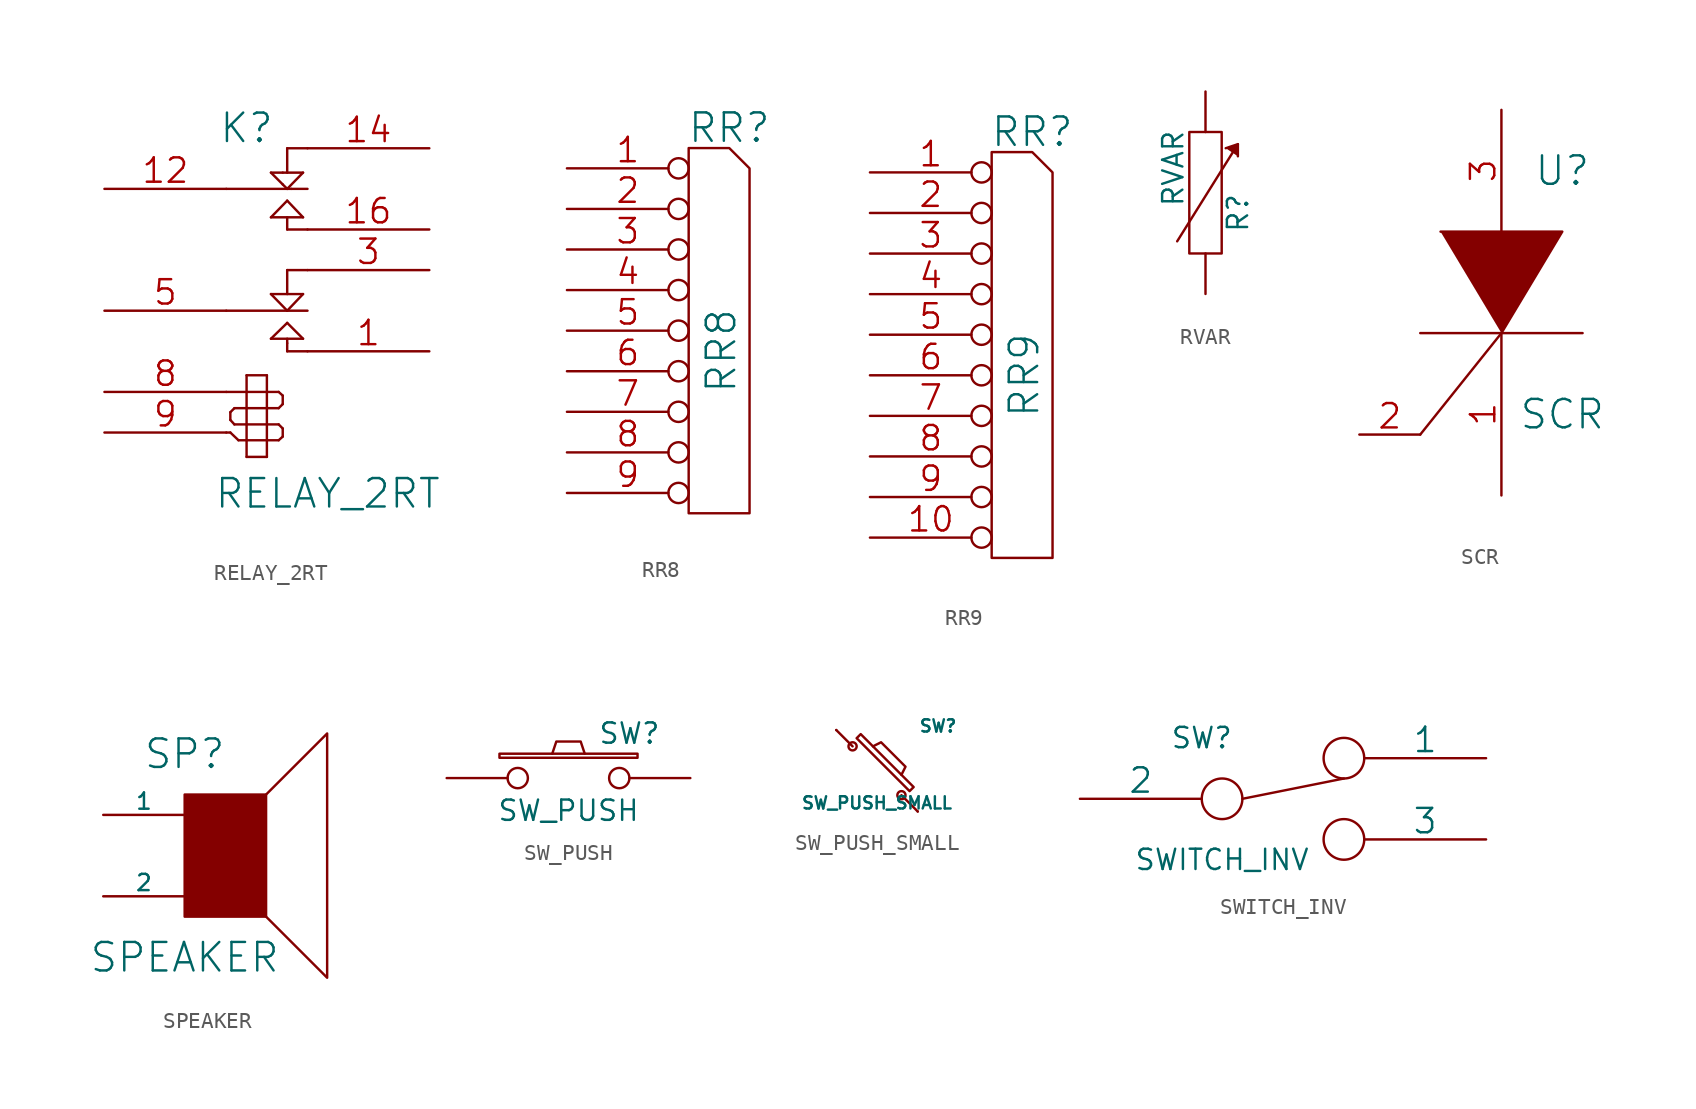
<source format=kicad_sym>
(kicad_symbol_lib
  (version 20220914)
  (generator kicad_symbol_editor)
  (symbol "RELAY_2RT"
    (pin_names
      (offset 1.016) hide)
    (property "Reference" "K"
      (at -1.27 10.16 0)
      (effects (font (size 1.778 1.778))))
    (property "Value" "RELAY_2RT"
      (at 3.81 -12.7 0)
      (effects (font (size 1.778 1.778))))
    (symbol "RELAY_2RT_0_1"
      (polyline (pts (xy -2.54 -8.89) (xy -2.286 -8.89)) (stroke (width 0) (type solid)) (fill (type none)))
      (polyline (pts (xy -2.54 -6.35) (xy -1.27 -6.35)) (stroke (width 0) (type solid)) (fill (type none)))
      (polyline (pts (xy -2.54 -1.27) (xy 1.27 -1.27)) (stroke (width 0) (type solid)) (fill (type none)))
      (polyline (pts (xy -2.286 -8.89) (xy -1.778 -9.373)) (stroke (width 0) (type solid)) (fill (type none)))
      (polyline (pts (xy -2.286 -8.103) (xy -2.286 -7.62)) (stroke (width 0) (type solid)) (fill (type none)))
      (polyline (pts (xy -2.032 -8.382) (xy -2.286 -8.103)) (stroke (width 0) (type solid)) (fill (type none)))
      (polyline (pts (xy -2.032 -7.366) (xy -2.286 -7.62)) (stroke (width 0) (type solid)) (fill (type none)))
      (polyline (pts (xy -1.778 -9.373) (xy -1.27 -9.373)) (stroke (width 0) (type solid)) (fill (type none)))
      (polyline (pts (xy -1.27 -10.414) (xy -1.27 -5.309)) (stroke (width 0) (type solid)) (fill (type none)))
      (polyline (pts (xy -1.27 -8.382) (xy -2.032 -8.382)) (stroke (width 0) (type solid)) (fill (type none)))
      (polyline (pts (xy -1.27 -8.382) (xy 0 -8.382)) (stroke (width 0) (type solid)) (fill (type none)))
      (polyline (pts (xy -1.27 -7.366) (xy -2.032 -7.366)) (stroke (width 0) (type solid)) (fill (type none)))
      (polyline (pts (xy -1.27 -6.35) (xy 0 -6.35)) (stroke (width 0) (type solid)) (fill (type none)))
      (polyline (pts (xy -1.27 -5.309) (xy 0 -5.309)) (stroke (width 0) (type solid)) (fill (type none)))
      (polyline (pts (xy 0 -10.414) (xy -1.27 -10.414)) (stroke (width 0) (type solid)) (fill (type none)))
      (polyline (pts (xy 0 -9.373) (xy -1.27 -9.373)) (stroke (width 0) (type solid)) (fill (type none)))
      (polyline (pts (xy 0 -9.373) (xy 0.737 -9.373)) (stroke (width 0) (type solid)) (fill (type none)))
      (polyline (pts (xy 0 -8.382) (xy 0.737 -8.382)) (stroke (width 0) (type solid)) (fill (type none)))
      (polyline (pts (xy 0 -7.366) (xy -1.27 -7.366)) (stroke (width 0) (type solid)) (fill (type none)))
      (polyline (pts (xy 0 -7.366) (xy 0.737 -7.366)) (stroke (width 0) (type solid)) (fill (type none)))
      (polyline (pts (xy 0 -6.35) (xy 0.737 -6.35)) (stroke (width 0) (type solid)) (fill (type none)))
      (polyline (pts (xy 0 -5.309) (xy 0 -10.414)) (stroke (width 0) (type solid)) (fill (type none)))
      (polyline (pts (xy 0.254 -3.023) (xy 2.261 -3.023)) (stroke (width 0) (type solid)) (fill (type none)))
      (polyline (pts (xy 0.254 -0.229) (xy 2.261 -0.229)) (stroke (width 0) (type solid)) (fill (type none)))
      (polyline (pts (xy 0.254 4.572) (xy 1.27 5.613)) (stroke (width 0) (type solid)) (fill (type none)))
      (polyline (pts (xy 0.254 7.366) (xy 0.991 7.366)) (stroke (width 0) (type solid)) (fill (type none)))
      (polyline (pts (xy 0.737 -9.373) (xy 0.991 -9.144)) (stroke (width 0) (type solid)) (fill (type none)))
      (polyline (pts (xy 0.737 -8.382) (xy 0.991 -8.636)) (stroke (width 0) (type solid)) (fill (type none)))
      (polyline (pts (xy 0.737 -7.366) (xy 0.991 -7.112)) (stroke (width 0) (type solid)) (fill (type none)))
      (polyline (pts (xy 0.737 -6.35) (xy 0.991 -6.579)) (stroke (width 0) (type solid)) (fill (type none)))
      (polyline (pts (xy 0.991 -9.144) (xy 0.991 -8.636)) (stroke (width 0) (type solid)) (fill (type none)))
      (polyline (pts (xy 0.991 -6.579) (xy 0.991 -7.112)) (stroke (width 0) (type solid)) (fill (type none)))
      (polyline (pts (xy 0.991 6.629) (xy 0.254 7.366)) (stroke (width 0) (type solid)) (fill (type none)))
      (polyline (pts (xy 0.991 6.629) (xy 1.27 6.35)) (stroke (width 0) (type solid)) (fill (type none)))
      (polyline (pts (xy 0.991 7.366) (xy 2.261 7.366)) (stroke (width 0) (type solid)) (fill (type none)))
      (polyline (pts (xy 1.27 -3.81) (xy 1.27 -3.302)) (stroke (width 0) (type solid)) (fill (type none)))
      (polyline (pts (xy 1.27 -3.302) (xy 1.27 -3.023)) (stroke (width 0) (type solid)) (fill (type none)))
      (polyline (pts (xy 1.27 -2.032) (xy 0.254 -3.023)) (stroke (width 0) (type solid)) (fill (type none)))
      (polyline (pts (xy 1.27 -1.27) (xy 0.254 -0.229)) (stroke (width 0) (type solid)) (fill (type none)))
      (polyline (pts (xy 1.27 -1.27) (xy 2.54 -1.27)) (stroke (width 0) (type solid)) (fill (type none)))
      (polyline (pts (xy 1.27 1.27) (xy 1.27 -0.229)) (stroke (width 0) (type solid)) (fill (type none)))
      (polyline (pts (xy 1.27 1.27) (xy 2.54 1.27)) (stroke (width 0) (type solid)) (fill (type none)))
      (polyline (pts (xy 1.27 3.81) (xy 1.27 4.572)) (stroke (width 0) (type solid)) (fill (type none)))
      (polyline (pts (xy 1.27 3.81) (xy 2.54 3.81)) (stroke (width 0) (type solid)) (fill (type none)))
      (polyline (pts (xy 1.27 5.613) (xy 2.261 4.572)) (stroke (width 0) (type solid)) (fill (type none)))
      (polyline (pts (xy 1.27 6.35) (xy -2.54 6.35)) (stroke (width 0) (type solid)) (fill (type none)))
      (polyline (pts (xy 1.27 6.35) (xy 1.524 6.35)) (stroke (width 0) (type solid)) (fill (type none)))
      (polyline (pts (xy 1.27 8.89) (xy 1.27 7.366)) (stroke (width 0) (type solid)) (fill (type none)))
      (polyline (pts (xy 1.27 8.89) (xy 2.54 8.89)) (stroke (width 0) (type solid)) (fill (type none)))
      (polyline (pts (xy 1.524 6.35) (xy 2.54 6.35)) (stroke (width 0) (type solid)) (fill (type none)))
      (polyline (pts (xy 2.261 -3.023) (xy 1.27 -2.032)) (stroke (width 0) (type solid)) (fill (type none)))
      (polyline (pts (xy 2.261 -0.229) (xy 1.27 -1.27)) (stroke (width 0) (type solid)) (fill (type none)))
      (polyline (pts (xy 2.261 4.572) (xy 0.254 4.572)) (stroke (width 0) (type solid)) (fill (type none)))
      (polyline (pts (xy 2.261 7.366) (xy 1.27 6.35)) (stroke (width 0) (type solid)) (fill (type none)))
      (polyline (pts (xy 2.54 -3.81) (xy 1.27 -3.81)) (stroke (width 0) (type solid)) (fill (type none))))
    (symbol "RELAY_2RT_1_1"
      (pin passive line (at 10.16 -3.81 180) (length 7.62) (name "T1" (effects (font (size 1.524 1.524)))) (number "1" (effects (font (size 1.524 1.524)))))
      (pin passive line (at -10.16 6.35 0) (length 7.62) (name "C2" (effects (font (size 1.524 1.524)))) (number "12" (effects (font (size 1.524 1.524)))))
      (pin passive line (at 10.16 8.89 180) (length 7.62) (name "R2" (effects (font (size 1.524 1.524)))) (number "14" (effects (font (size 1.524 1.524)))))
      (pin passive line (at 10.16 3.81 180) (length 7.62) (name "T2" (effects (font (size 1.524 1.524)))) (number "16" (effects (font (size 1.524 1.524)))))
      (pin passive line (at 10.16 1.27 180) (length 7.62) (name "R1" (effects (font (size 1.524 1.524)))) (number "3" (effects (font (size 1.524 1.524)))))
      (pin passive line (at -10.16 -1.27 0) (length 7.62) (name "C1" (effects (font (size 1.524 1.524)))) (number "5" (effects (font (size 1.524 1.524)))))
      (pin input line (at -10.16 -6.35 0) (length 7.62) (name "8" (effects (font (size 1.524 1.524)))) (number "8" (effects (font (size 1.524 1.524)))))
      (pin input line (at -10.16 -8.89 0) (length 7.62) (name "9" (effects (font (size 1.524 1.524)))) (number "9" (effects (font (size 1.524 1.524)))))))
  (symbol "RR8"
    (pin_names
      (offset 1.016) hide)
    (property "Reference" "RR"
      (at 1.27 13.97 0)
      (effects (font (size 1.778 1.778))))
    (property "Value" "RR8"
      (at 0.762 0 90)
      (effects (font (size 1.778 1.778))))
    (symbol "RR8_0_1"
      (polyline (pts (xy -1.27 -10.16) (xy -1.27 12.7) (xy 1.27 12.7) (xy 2.54 11.43) (xy 2.54 -10.16) (xy -1.27 -10.16)) (stroke (width 0) (type solid)) (fill (type none))))
    (symbol "RR8_1_1"
      (pin passive inverted (at -8.89 11.43 0) (length 7.62) (name "COM" (effects (font (size 1.524 1.524)))) (number "1" (effects (font (size 1.524 1.524)))))
      (pin passive inverted (at -8.89 8.89 0) (length 7.62) (name "2" (effects (font (size 1.524 1.524)))) (number "2" (effects (font (size 1.524 1.524)))))
      (pin passive inverted (at -8.89 6.35 0) (length 7.62) (name "3" (effects (font (size 1.524 1.524)))) (number "3" (effects (font (size 1.524 1.524)))))
      (pin passive inverted (at -8.89 3.81 0) (length 7.62) (name "4" (effects (font (size 1.524 1.524)))) (number "4" (effects (font (size 1.524 1.524)))))
      (pin passive inverted (at -8.89 1.27 0) (length 7.62) (name "5" (effects (font (size 1.524 1.524)))) (number "5" (effects (font (size 1.524 1.524)))))
      (pin passive inverted (at -8.89 -1.27 0) (length 7.62) (name "6" (effects (font (size 1.524 1.524)))) (number "6" (effects (font (size 1.524 1.524)))))
      (pin passive inverted (at -8.89 -3.81 0) (length 7.62) (name "7" (effects (font (size 1.524 1.524)))) (number "7" (effects (font (size 1.524 1.524)))))
      (pin passive inverted (at -8.89 -6.35 0) (length 7.62) (name "8" (effects (font (size 1.524 1.524)))) (number "8" (effects (font (size 1.524 1.524)))))
      (pin passive inverted (at -8.89 -8.89 0) (length 7.62) (name "9" (effects (font (size 1.524 1.524)))) (number "9" (effects (font (size 1.524 1.524)))))))
  (symbol "RR9"
    (pin_names
      (offset 1.016) hide)
    (property "Reference" "RR"
      (at 1.27 15.24 0)
      (effects (font (size 1.778 1.778))))
    (property "Value" "RR9"
      (at 0.762 0 90)
      (effects (font (size 1.778 1.778))))
    (symbol "RR9_0_1"
      (polyline (pts (xy -1.27 -11.43) (xy -1.27 13.97) (xy 1.27 13.97) (xy 2.54 12.7) (xy 2.54 -11.43) (xy -1.27 -11.43)) (stroke (width 0) (type solid)) (fill (type none))))
    (symbol "RR9_1_1"
      (pin passive inverted (at -8.89 12.7 0) (length 7.62) (name "COM" (effects (font (size 1.524 1.524)))) (number "1" (effects (font (size 1.524 1.524)))))
      (pin passive inverted (at -8.89 -10.16 0) (length 7.62) (name "10" (effects (font (size 1.524 1.524)))) (number "10" (effects (font (size 1.524 1.524)))))
      (pin passive inverted (at -8.89 10.16 0) (length 7.62) (name "2" (effects (font (size 1.524 1.524)))) (number "2" (effects (font (size 1.524 1.524)))))
      (pin passive inverted (at -8.89 7.62 0) (length 7.62) (name "3" (effects (font (size 1.524 1.524)))) (number "3" (effects (font (size 1.524 1.524)))))
      (pin passive inverted (at -8.89 5.08 0) (length 7.62) (name "4" (effects (font (size 1.524 1.524)))) (number "4" (effects (font (size 1.524 1.524)))))
      (pin passive inverted (at -8.89 2.54 0) (length 7.62) (name "5" (effects (font (size 1.524 1.524)))) (number "5" (effects (font (size 1.524 1.524)))))
      (pin passive inverted (at -8.89 0 0) (length 7.62) (name "6" (effects (font (size 1.524 1.524)))) (number "6" (effects (font (size 1.524 1.524)))))
      (pin passive inverted (at -8.89 -2.54 0) (length 7.62) (name "7" (effects (font (size 1.524 1.524)))) (number "7" (effects (font (size 1.524 1.524)))))
      (pin passive inverted (at -8.89 -5.08 0) (length 7.62) (name "8" (effects (font (size 1.524 1.524)))) (number "8" (effects (font (size 1.524 1.524)))))
      (pin passive inverted (at -8.89 -7.62 0) (length 7.62) (name "9" (effects (font (size 1.524 1.524)))) (number "9" (effects (font (size 1.524 1.524)))))))
  (symbol "RVAR"
    (pin_numbers hide)
    (pin_names
      (offset 0))
    (property "Reference" "R"
      (at 2.032 -1.27 90)
      (effects (font (size 1.27 1.27))))
    (property "Value" "RVAR"
      (at -2.032 1.524 90)
      (effects (font (size 1.27 1.27))))
    (symbol "RVAR_0_1"
      (rectangle (start -1.016 3.81) (end 1.016 -3.81) (stroke (width 0) (type solid)) (fill (type none)))
      (polyline (pts (xy -1.778 -3.048) (xy 2.032 3.048)) (stroke (width 0) (type solid)) (fill (type none)))
      (polyline (pts (xy 2.032 2.286) (xy 2.032 3.048) (xy 1.27 2.794)) (stroke (width 0) (type solid)) (fill (type outline))))
    (symbol "RVAR_1_1"
      (pin passive line (at 0 6.35 270) (length 2.54) (name "~" (effects (font (size 1.524 1.524)))) (number "1" (effects (font (size 1.524 1.524)))))
      (pin passive line (at 0 -6.35 90) (length 2.54) (name "~" (effects (font (size 1.524 1.524)))) (number "2" (effects (font (size 1.524 1.524)))))))
  (symbol "SCR"
    (pin_names
      (offset 0.254) hide)
    (property "Reference" "U"
      (at 3.81 6.35 0)
      (effects (font (size 1.778 1.778))))
    (property "Value" "SCR"
      (at 3.81 -8.89 0)
      (effects (font (size 1.778 1.778))))
    (symbol "SCR_0_0"
      (polyline (pts (xy -5.08 -3.81) (xy 5.08 -3.81)) (stroke (width 0) (type solid)) (fill (type none))))
    (symbol "SCR_0_1"
      (polyline (pts (xy 0 -3.81) (xy -5.08 -10.16)) (stroke (width 0) (type solid)) (fill (type none)))
      (polyline (pts (xy -3.81 2.54) (xy 3.81 2.54) (xy 0 -3.81)) (stroke (width 0) (type solid)) (fill (type outline))))
    (symbol "SCR_1_1"
      (pin input line (at 0 -13.97 90) (length 10.16) (name "K" (effects (font (size 1.778 1.778)))) (number "1" (effects (font (size 1.524 1.524)))))
      (pin input line (at -8.89 -10.16 0) (length 3.81) (name "G" (effects (font (size 1.524 1.524)))) (number "2" (effects (font (size 1.524 1.524)))))
      (pin input line (at 0 10.16 270) (length 7.62) (name "A" (effects (font (size 1.524 1.524)))) (number "3" (effects (font (size 1.524 1.524)))))))
  (symbol "SPEAKER"
    (pin_numbers hide)
    (pin_names
      (offset 0))
    (property "Reference" "SP"
      (at -2.54 6.35 0)
      (effects (font (size 1.778 1.778))))
    (property "Value" "SPEAKER"
      (at -2.54 -6.35 0)
      (effects (font (size 1.778 1.778))))
    (symbol "SPEAKER_0_0"
      (polyline (pts (xy 2.54 3.81) (xy 6.35 7.62) (xy 6.35 -7.62) (xy 2.54 -3.81)) (stroke (width 0) (type solid)) (fill (type none)))
      (polyline (pts (xy -2.54 3.81) (xy 2.54 3.81) (xy 2.54 -3.81) (xy -2.54 -3.81) (xy -2.54 3.81)) (stroke (width 0) (type solid)) (fill (type outline))))
    (symbol "SPEAKER_1_1"
      (pin input line (at -7.62 2.54 0) (length 5.08) (name "1" (effects (font (size 1.016 1.016)))) (number "1" (effects (font (size 1.016 1.016)))))
      (pin input line (at -7.62 -2.54 0) (length 5.08) (name "2" (effects (font (size 1.016 1.016)))) (number "2" (effects (font (size 1.016 1.016)))))))
  (symbol "SW_PUSH"
    (pin_numbers hide)
    (pin_names
      (offset 1.016) hide)
    (property "Reference" "SW"
      (at 3.81 2.794 0)
      (effects (font (size 1.27 1.27))))
    (property "Value" "SW_PUSH"
      (at 0 -2.032 0)
      (effects (font (size 1.27 1.27))))
    (symbol "SW_PUSH_0_1"
      (rectangle (start -4.318 1.27) (end 4.318 1.524) (stroke (width 0) (type solid)) (fill (type none)))
      (polyline (pts (xy -1.016 1.524) (xy -0.762 2.286) (xy 0.762 2.286) (xy 1.016 1.524)) (stroke (width 0) (type solid)) (fill (type none)))
      (pin passive inverted (at -7.62 0 0) (length 5.08) (name "1" (effects (font (size 1.524 1.524)))) (number "1" (effects (font (size 1.524 1.524)))))
      (pin passive inverted (at 7.62 0 180) (length 5.08) (name "2" (effects (font (size 1.524 1.524)))) (number "2" (effects (font (size 1.524 1.524)))))))
  (symbol "SW_PUSH_SMALL"
    (pin_numbers hide)
    (pin_names
      (offset 1.016) hide)
    (property "Reference" "SW"
      (at 3.81 2.794 0)
      (effects (font (size 0.762 0.762))))
    (property "Value" "SW_PUSH_SMALL"
      (at 0 -2.007 0)
      (effects (font (size 0.762 0.762))))
    (symbol "SW_PUSH_SMALL_0_1"
      (circle (center -1.524 1.524) (radius 0.254) (stroke (width 0) (type solid)) (fill (type none)))
      (polyline (pts (xy -2.54 2.54) (xy -1.524 1.524) (xy -1.524 1.524)) (stroke (width 0) (type solid)) (fill (type none)))
      (polyline (pts (xy 1.524 -1.524) (xy 2.54 -2.54) (xy 2.54 -2.54) (xy 2.54 -2.54)) (stroke (width 0) (type solid)) (fill (type none)))
      (polyline (pts (xy -0.254 1.524) (xy 0.254 1.778) (xy 1.778 0.254) (xy 1.524 -0.254) (xy 1.524 -0.254) (xy 1.524 -0.254)) (stroke (width 0) (type solid)) (fill (type none)))
      (polyline (pts (xy -1.27 2.032) (xy 2.032 -1.27) (xy 2.286 -1.016) (xy -1.016 2.286) (xy -1.27 2.032) (xy -1.27 2.032) (xy -1.27 2.032)) (stroke (width 0) (type solid)) (fill (type none)))
      (circle (center 1.524 -1.524) (radius 0.254) (stroke (width 0) (type solid)) (fill (type none)))
      (pin passive line (at -2.54 2.54 0) (length 0) (name "1" (effects (font (size 1.524 1.524)))) (number "1" (effects (font (size 1.524 1.524)))))
      (pin passive line (at 2.54 -2.54 180) (length 0) (name "2" (effects (font (size 1.524 1.524)))) (number "2" (effects (font (size 1.524 1.524)))))))
  (symbol "SWITCH_INV"
    (pin_numbers hide)
    (pin_names
      (offset 0))
    (property "Reference" "SW"
      (at -5.08 3.81 0)
      (effects (font (size 1.27 1.27))))
    (property "Value" "SWITCH_INV"
      (at -3.81 -3.81 0)
      (effects (font (size 1.27 1.27))))
    (symbol "SWITCH_INV_0_0"
      (circle (center -3.81 0) (radius 1.27) (stroke (width 0) (type solid)) (fill (type none)))
      (circle (center 3.81 -2.54) (radius 1.27) (stroke (width 0) (type solid)) (fill (type none))))
    (symbol "SWITCH_INV_0_1"
      (polyline (pts (xy -2.54 0) (xy 3.81 1.27)) (stroke (width 0) (type solid)) (fill (type none)))
      (circle (center 3.81 2.54) (radius 1.27) (stroke (width 0) (type solid)) (fill (type none))))
    (symbol "SWITCH_INV_1_1"
      (pin passive line (at 12.7 2.54 180) (length 7.62) (name "1" (effects (font (size 1.524 1.524)))) (number "1" (effects (font (size 1.524 1.524)))))
      (pin passive line (at -12.7 0 0) (length 7.62) (name "2" (effects (font (size 1.524 1.524)))) (number "2" (effects (font (size 1.524 1.524)))))
      (pin passive line (at 12.7 -2.54 180) (length 7.62) (name "3" (effects (font (size 1.524 1.524)))) (number "3" (effects (font (size 1.524 1.524))))))))
</source>
